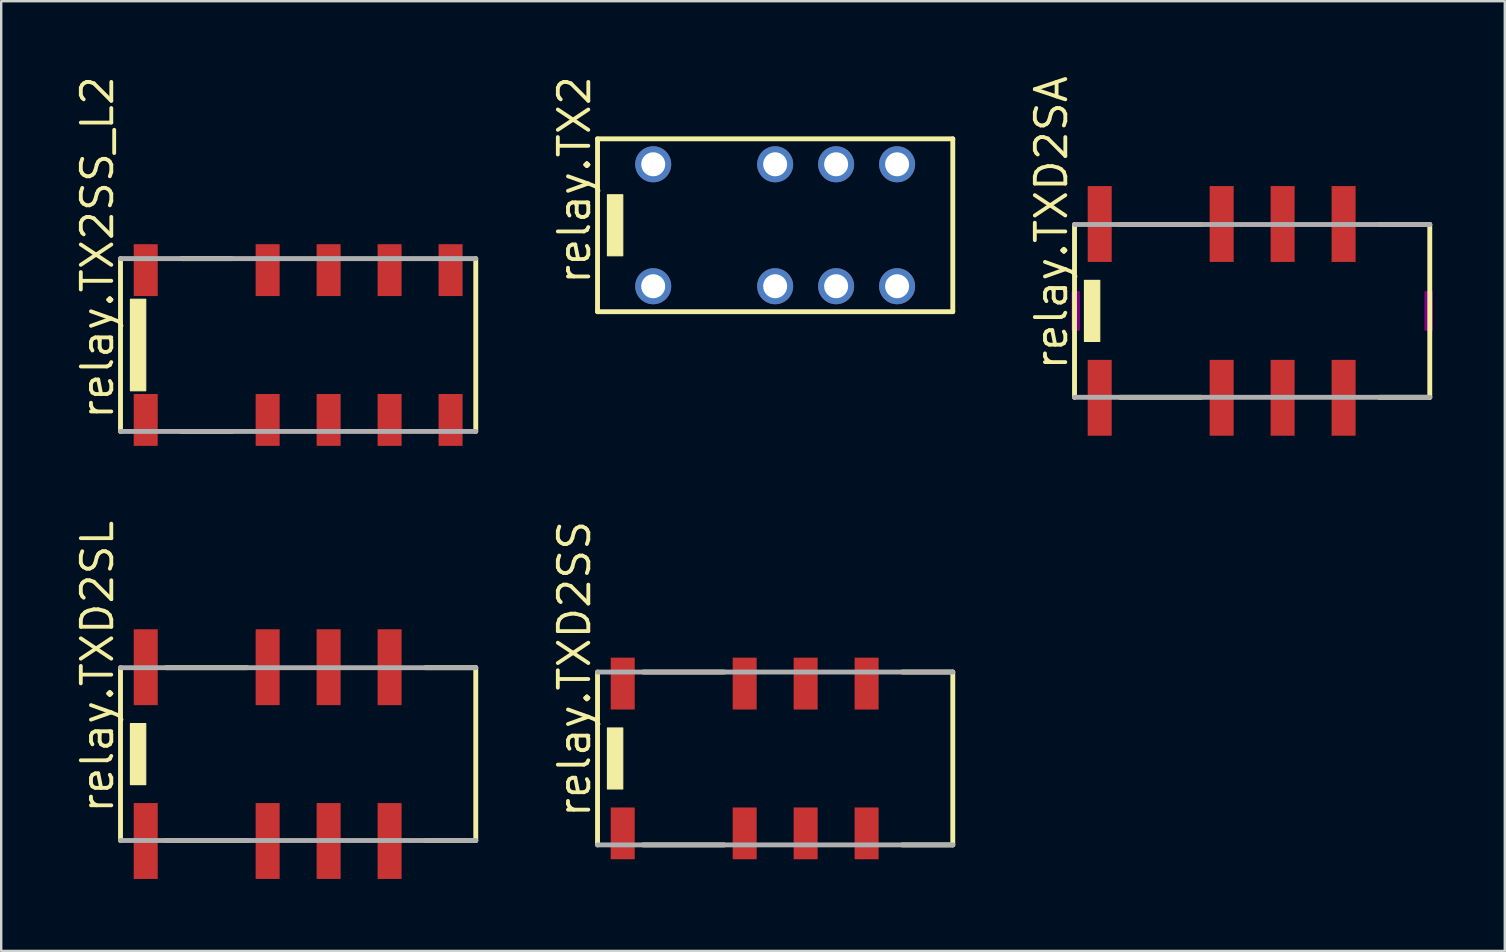
<source format=kicad_pcb>
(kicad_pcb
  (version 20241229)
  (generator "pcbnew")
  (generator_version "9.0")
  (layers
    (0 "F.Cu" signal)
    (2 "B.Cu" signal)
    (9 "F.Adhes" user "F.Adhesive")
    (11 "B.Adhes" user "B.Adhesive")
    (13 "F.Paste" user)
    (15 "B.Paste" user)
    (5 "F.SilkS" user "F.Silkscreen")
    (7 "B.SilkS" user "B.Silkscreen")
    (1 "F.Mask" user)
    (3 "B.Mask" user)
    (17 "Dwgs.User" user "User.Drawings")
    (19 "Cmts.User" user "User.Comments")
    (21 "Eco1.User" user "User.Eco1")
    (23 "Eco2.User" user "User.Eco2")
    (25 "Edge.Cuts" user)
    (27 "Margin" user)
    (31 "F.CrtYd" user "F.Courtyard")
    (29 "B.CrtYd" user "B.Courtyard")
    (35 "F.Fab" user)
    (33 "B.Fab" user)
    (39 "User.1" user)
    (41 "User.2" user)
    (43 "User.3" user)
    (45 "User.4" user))
  (footprint "relay.TX2"
    (layer "F.Cu")
    (at 29.242 6.334)
    (property "Reference" "relay.TX2" (at -7.62 2.54 90) (layer "F.SilkS") (effects (font (size 1.27 1.27) (thickness 0.16)) (justify left bottom)))
    (attr through_hole)
    (fp_line (start -7.4 -3.6) (end 7.4 -3.6) (stroke (width 0.203) (type default)) (layer "F.SilkS"))
    (fp_line (start -7.4 3.6) (end -7.4 -3.6) (stroke (width 0.203) (type default)) (layer "F.SilkS"))
    (fp_line (start 7.4 -3.6) (end 7.4 3.6) (stroke (width 0.203) (type default)) (layer "F.SilkS"))
    (fp_line (start 7.4 3.6) (end -7.4 3.6) (stroke (width 0.203) (type default)) (layer "F.SilkS"))
    (fp_rect (start -6.985 1.27) (end -6.35 -1.27) (stroke (width 0.05) (type default)) (fill yes) (layer "F.SilkS"))
    (pad "1" thru_hole circle (at -5.08 2.54) (size 1.5 1.5) (drill 1) (layers "*.Cu" "*.Mask"))
    (pad "3" thru_hole circle (at 0 2.54) (size 1.5 1.5) (drill 1) (layers "*.Cu" "*.Mask"))
    (pad "4" thru_hole circle (at 2.54 2.54) (size 1.5 1.5) (drill 1) (layers "*.Cu" "*.Mask"))
    (pad "5" thru_hole circle (at 5.08 2.54) (size 1.5 1.5) (drill 1) (layers "*.Cu" "*.Mask"))
    (pad "8" thru_hole circle (at 5.08 -2.54) (size 1.5 1.5) (drill 1) (layers "*.Cu" "*.Mask"))
    (pad "9" thru_hole circle (at 2.54 -2.54) (size 1.5 1.5) (drill 1) (layers "*.Cu" "*.Mask"))
    (pad "10" thru_hole circle (at 0 -2.54) (size 1.5 1.5) (drill 1) (layers "*.Cu" "*.Mask"))
    (pad "12" thru_hole circle (at -5.08 -2.54) (size 1.5 1.5) (drill 1) (layers "*.Cu" "*.Mask")))
  (footprint "relay.TXD2SL"
    (layer "F.Cu")
    (at 9.37 28.365)
    (property "Reference" "relay.TXD2SL" (at -7.62 2.54 90) (layer "F.SilkS") (effects (font (size 1.27 1.27) (thickness 0.16)) (justify left bottom)))
    (attr smd)
    (fp_line (start -7.4 3.6) (end -7.4 -3.6) (stroke (width 0.203) (type default)) (layer "F.SilkS"))
    (fp_line (start -5.495 -3.6) (end -2.125 -3.6) (stroke (width 0.203) (type default)) (layer "F.SilkS"))
    (fp_line (start -2.125 3.6) (end -5.495 3.6) (stroke (width 0.203) (type default)) (layer "F.SilkS"))
    (fp_line (start 5.3 -3.6) (end 7.4 -3.6) (stroke (width 0.203) (type default)) (layer "F.SilkS"))
    (fp_line (start 7.4 -3.6) (end 7.4 3.6) (stroke (width 0.203) (type default)) (layer "F.SilkS"))
    (fp_line (start 7.4 3.6) (end 5.3 3.6) (stroke (width 0.203) (type default)) (layer "F.SilkS"))
    (fp_rect (start -6.985 1.27) (end -6.35 -1.27) (stroke (width 0.05) (type default)) (fill yes) (layer "F.SilkS"))
    (fp_line (start -7.4 -3.6) (end 7.4 -3.6) (stroke (width 0.203) (type default)) (layer "F.Fab"))
    (fp_line (start 7.4 3.6) (end -7.4 3.6) (stroke (width 0.203) (type default)) (layer "F.Fab"))
    (pad "1" smd roundrect (at -6.35 3.62) (size 1 3.16) (layers "F.Cu" "F.Mask" "F.Paste") (roundrect_rratio 0.01))
    (pad "3" smd roundrect (at -1.27 3.62) (size 1 3.16) (layers "F.Cu" "F.Mask" "F.Paste") (roundrect_rratio 0.01))
    (pad "4" smd roundrect (at 1.27 3.62) (size 1 3.16) (layers "F.Cu" "F.Mask" "F.Paste") (roundrect_rratio 0.01))
    (pad "5" smd roundrect (at 3.81 3.62) (size 1 3.16) (layers "F.Cu" "F.Mask" "F.Paste") (roundrect_rratio 0.01))
    (pad "8" smd roundrect (at 3.81 -3.62) (size 1 3.16) (layers "F.Cu" "F.Mask" "F.Paste") (roundrect_rratio 0.01))
    (pad "9" smd roundrect (at 1.27 -3.62) (size 1 3.16) (layers "F.Cu" "F.Mask" "F.Paste") (roundrect_rratio 0.01))
    (pad "10" smd roundrect (at -1.27 -3.62) (size 1 3.16) (layers "F.Cu" "F.Mask" "F.Paste") (roundrect_rratio 0.01))
    (pad "12" smd roundrect (at -6.35 -3.62) (size 1 3.16) (layers "F.Cu" "F.Mask" "F.Paste") (roundrect_rratio 0.01)))
  (footprint "relay.TXD2SS"
    (layer "F.Cu")
    (at 29.242 28.547)
    (property "Reference" "relay.TXD2SS" (at -7.62 2.54 90) (layer "F.SilkS") (effects (font (size 1.27 1.27) (thickness 0.16)) (justify left bottom)))
    (attr smd)
    (fp_line (start -7.4 3.6) (end -7.4 -3.6) (stroke (width 0.203) (type default)) (layer "F.SilkS"))
    (fp_line (start -5.495 -3.6) (end -2.125 -3.6) (stroke (width 0.203) (type default)) (layer "F.SilkS"))
    (fp_line (start -2.125 3.6) (end -5.495 3.6) (stroke (width 0.203) (type default)) (layer "F.SilkS"))
    (fp_line (start 5.3 -3.6) (end 7.4 -3.6) (stroke (width 0.203) (type default)) (layer "F.SilkS"))
    (fp_line (start 7.4 -3.6) (end 7.4 3.6) (stroke (width 0.203) (type default)) (layer "F.SilkS"))
    (fp_line (start 7.4 3.6) (end 5.3 3.6) (stroke (width 0.203) (type default)) (layer "F.SilkS"))
    (fp_rect (start -6.985 1.27) (end -6.35 -1.27) (stroke (width 0.05) (type default)) (fill yes) (layer "F.SilkS"))
    (fp_line (start -7.4 -3.6) (end 7.4 -3.6) (stroke (width 0.203) (type default)) (layer "F.Fab"))
    (fp_line (start 7.4 3.6) (end -7.4 3.6) (stroke (width 0.203) (type default)) (layer "F.Fab"))
    (pad "1" smd roundrect (at -6.35 3.12) (size 1 2.16) (layers "F.Cu" "F.Mask" "F.Paste") (roundrect_rratio 0.01))
    (pad "3" smd roundrect (at -1.27 3.12) (size 1 2.16) (layers "F.Cu" "F.Mask" "F.Paste") (roundrect_rratio 0.01))
    (pad "4" smd roundrect (at 1.27 3.12) (size 1 2.16) (layers "F.Cu" "F.Mask" "F.Paste") (roundrect_rratio 0.01))
    (pad "5" smd roundrect (at 3.81 3.12) (size 1 2.16) (layers "F.Cu" "F.Mask" "F.Paste") (roundrect_rratio 0.01))
    (pad "8" smd roundrect (at 3.81 -3.12) (size 1 2.16) (layers "F.Cu" "F.Mask" "F.Paste") (roundrect_rratio 0.01))
    (pad "9" smd roundrect (at 1.27 -3.12) (size 1 2.16) (layers "F.Cu" "F.Mask" "F.Paste") (roundrect_rratio 0.01))
    (pad "10" smd roundrect (at -1.27 -3.12) (size 1 2.16) (layers "F.Cu" "F.Mask" "F.Paste") (roundrect_rratio 0.01))
    (pad "12" smd roundrect (at -6.35 -3.12) (size 1 2.16) (layers "F.Cu" "F.Mask" "F.Paste") (roundrect_rratio 0.01)))
  (footprint "relay.TX2SS_L2"
    (layer "F.Cu")
    (at 9.37 11.323)
    (property "Reference" "relay.TX2SS_L2" (at -7.62 3.175 90) (layer "F.SilkS") (effects (font (size 1.27 1.27) (thickness 0.16)) (justify left bottom)))
    (attr smd)
    (fp_line (start -7.4 3.6) (end -7.4 -3.6) (stroke (width 0.203) (type default)) (layer "F.SilkS"))
    (fp_line (start -4.86 -3.6) (end -2.76 -3.6) (stroke (width 0.203) (type default)) (layer "F.SilkS"))
    (fp_line (start -2.76 3.6) (end -4.86 3.6) (stroke (width 0.203) (type default)) (layer "F.SilkS"))
    (fp_line (start 7.4 -3.6) (end 7.4 3.6) (stroke (width 0.203) (type default)) (layer "F.SilkS"))
    (fp_rect (start -6.985 1.905) (end -6.35 -1.905) (stroke (width 0.05) (type default)) (fill yes) (layer "F.SilkS"))
    (fp_line (start -7.4 -3.6) (end 7.4 -3.6) (stroke (width 0.203) (type default)) (layer "F.Fab"))
    (fp_line (start 7.4 3.6) (end -7.4 3.6) (stroke (width 0.203) (type default)) (layer "F.Fab"))
    (pad "1" smd roundrect (at -6.35 3.12) (size 1 2.16) (layers "F.Cu" "F.Mask" "F.Paste") (roundrect_rratio 0.01))
    (pad "3" smd roundrect (at -1.27 3.12) (size 1 2.16) (layers "F.Cu" "F.Mask" "F.Paste") (roundrect_rratio 0.01))
    (pad "4" smd roundrect (at 1.27 3.12) (size 1 2.16) (layers "F.Cu" "F.Mask" "F.Paste") (roundrect_rratio 0.01))
    (pad "5" smd roundrect (at 3.81 3.12) (size 1 2.16) (layers "F.Cu" "F.Mask" "F.Paste") (roundrect_rratio 0.01))
    (pad "6" smd roundrect (at 6.35 3.12) (size 1 2.16) (layers "F.Cu" "F.Mask" "F.Paste") (roundrect_rratio 0.01))
    (pad "7" smd roundrect (at 6.35 -3.12 180) (size 1 2.16) (layers "F.Cu" "F.Mask" "F.Paste") (roundrect_rratio 0.01))
    (pad "8" smd roundrect (at 3.81 -3.12 180) (size 1 2.16) (layers "F.Cu" "F.Mask" "F.Paste") (roundrect_rratio 0.01))
    (pad "9" smd roundrect (at 1.27 -3.12 180) (size 1 2.16) (layers "F.Cu" "F.Mask" "F.Paste") (roundrect_rratio 0.01))
    (pad "10" smd roundrect (at -1.27 -3.12 180) (size 1 2.16) (layers "F.Cu" "F.Mask" "F.Paste") (roundrect_rratio 0.01))
    (pad "12" smd roundrect (at -6.35 -3.12 180) (size 1 2.16) (layers "F.Cu" "F.Mask" "F.Paste") (roundrect_rratio 0.01)))
  (footprint "relay.TXD2SA"
    (layer "F.Cu")
    (at 49.113 9.902)
    (property "Reference" "relay.TXD2SA" (at -7.62 2.54 90) (layer "F.SilkS") (effects (font (size 1.27 1.27) (thickness 0.16)) (justify left bottom)))
    (attr smd)
    (fp_line (start -7.4 3.6) (end -7.4 -3.6) (stroke (width 0.203) (type default)) (layer "F.SilkS"))
    (fp_line (start -5.495 -3.6) (end -2.125 -3.6) (stroke (width 0.203) (type default)) (layer "F.SilkS"))
    (fp_line (start -2.125 3.6) (end -5.495 3.6) (stroke (width 0.203) (type default)) (layer "F.SilkS"))
    (fp_line (start 5.3 -3.6) (end 7.4 -3.6) (stroke (width 0.203) (type default)) (layer "F.SilkS"))
    (fp_line (start 7.4 -3.6) (end 7.4 3.6) (stroke (width 0.203) (type default)) (layer "F.SilkS"))
    (fp_line (start 7.4 3.6) (end 5.3 3.6) (stroke (width 0.203) (type default)) (layer "F.SilkS"))
    (fp_rect (start -6.985 1.27) (end -6.35 -1.27) (stroke (width 0.05) (type default)) (fill yes) (layer "F.SilkS"))
    (fp_rect (start -7.5 0.8) (end -7.2 -0.8) (stroke (width 0.05) (type default)) (fill yes) (layer "F.Adhes"))
    (fp_rect (start 7.2 0.8) (end 7.5 -0.8) (stroke (width 0.05) (type default)) (fill yes) (layer "F.Adhes"))
    (fp_line (start -7.4 -3.6) (end 7.4 -3.6) (stroke (width 0.203) (type default)) (layer "F.Fab"))
    (fp_line (start 7.4 3.6) (end -7.4 3.6) (stroke (width 0.203) (type default)) (layer "F.Fab"))
    (pad "1" smd roundrect (at -6.35 3.62) (size 1 3.16) (layers "F.Cu" "F.Mask" "F.Paste") (roundrect_rratio 0.01))
    (pad "3" smd roundrect (at -1.27 3.62) (size 1 3.16) (layers "F.Cu" "F.Mask" "F.Paste") (roundrect_rratio 0.01))
    (pad "4" smd roundrect (at 1.27 3.62) (size 1 3.16) (layers "F.Cu" "F.Mask" "F.Paste") (roundrect_rratio 0.01))
    (pad "5" smd roundrect (at 3.81 3.62) (size 1 3.16) (layers "F.Cu" "F.Mask" "F.Paste") (roundrect_rratio 0.01))
    (pad "8" smd roundrect (at 3.81 -3.62) (size 1 3.16) (layers "F.Cu" "F.Mask" "F.Paste") (roundrect_rratio 0.01))
    (pad "9" smd roundrect (at 1.27 -3.62) (size 1 3.16) (layers "F.Cu" "F.Mask" "F.Paste") (roundrect_rratio 0.01))
    (pad "10" smd roundrect (at -1.27 -3.62) (size 1 3.16) (layers "F.Cu" "F.Mask" "F.Paste") (roundrect_rratio 0.01))
    (pad "12" smd roundrect (at -6.35 -3.62) (size 1 3.16) (layers "F.Cu" "F.Mask" "F.Paste") (roundrect_rratio 0.01)))
  (gr_rect
    (start -3 -3)
    (end 59.638 36.565)
    (stroke (width 0.1) (type default))
    (fill no)
    (layer "Edge.Cuts")))
</source>
